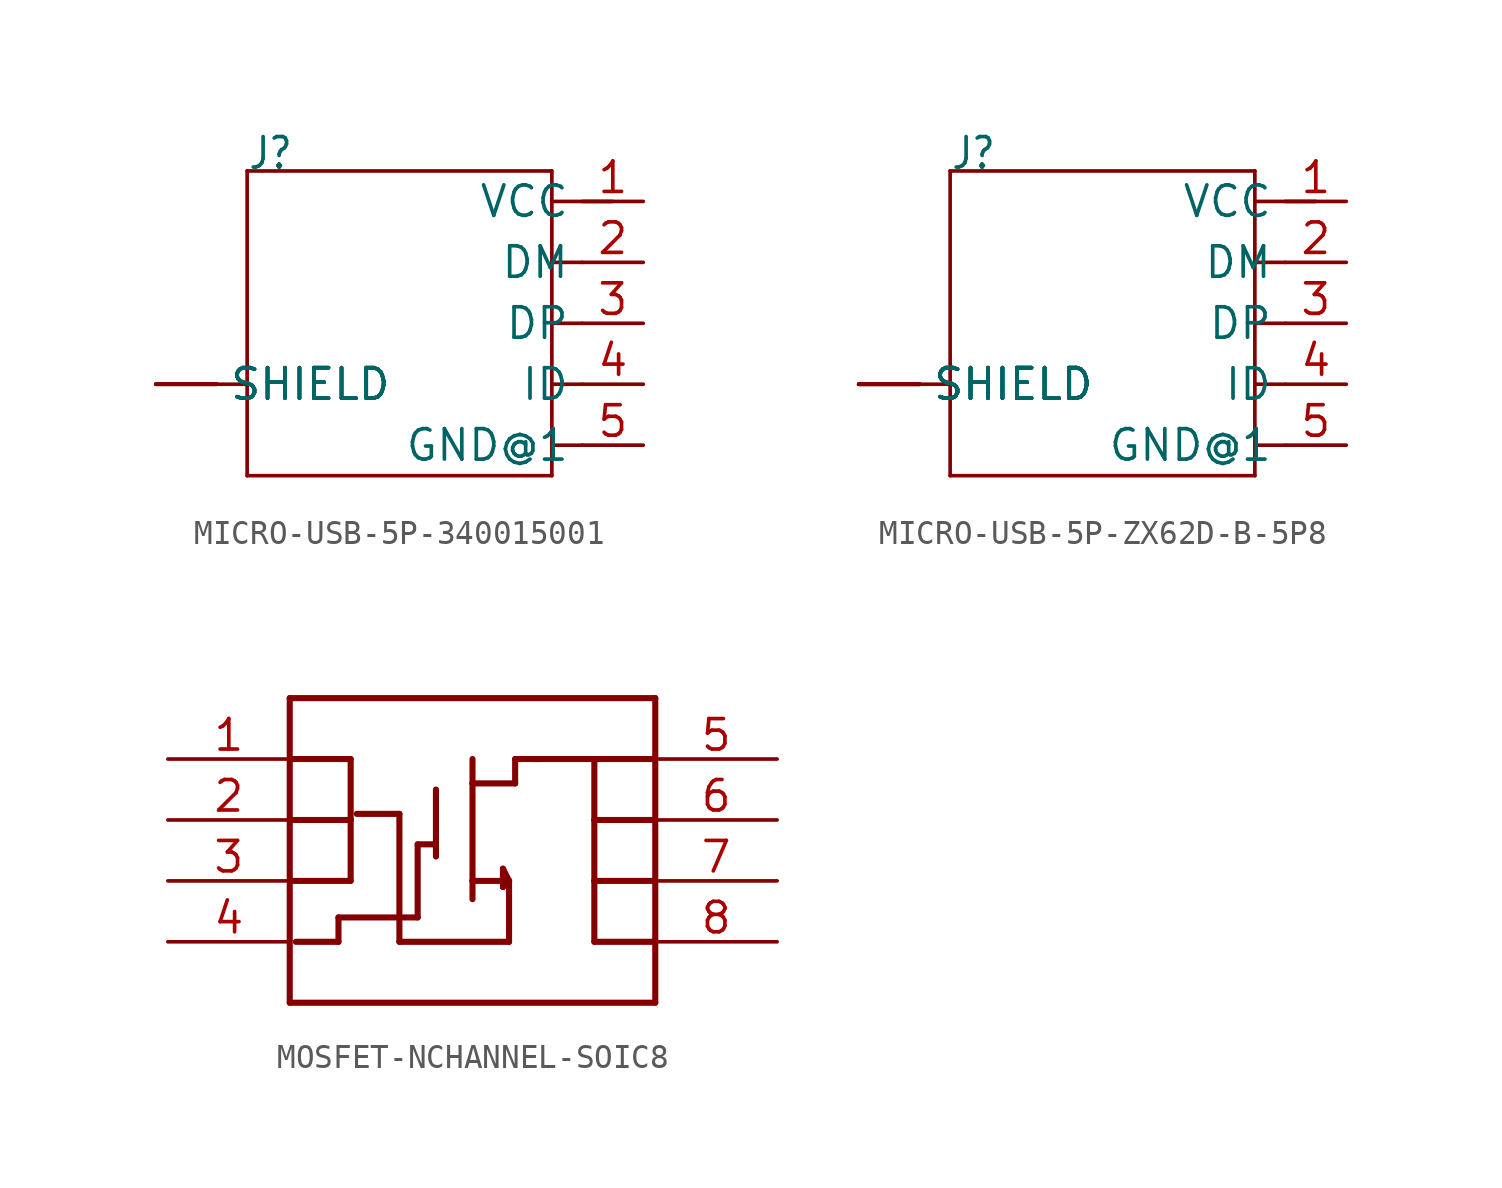
<source format=kicad_sym>
(kicad_symbol_lib
  (version 20220914)
  (generator kicad_symbol_editor)
  (symbol "MICRO-USB-5P-340015001"
    (property "Reference" "J"
      (at -6.35 6.35 0)
      (effects (font (size 1.27 1.079)) (justify left bottom)))
    (property "Value" ""
      (at 0 6.35 0)
      (effects (font (size 1.27 1.079)) (justify left bottom)))
    (property "ki_locked" ""
      (at 0 0 0)
      (effects (font (size 1.27 1.27))))
    (symbol "MICRO-USB-5P-340015001_1_0"
      (polyline (pts (xy -7.62 -2.54) (xy -6.35 -2.54)) (stroke (width 0.152) (type solid)) (fill (type none)))
      (polyline (pts (xy -6.35 -6.35) (xy 6.35 -6.35)) (stroke (width 0.152) (type solid)) (fill (type none)))
      (polyline (pts (xy -6.35 -2.54) (xy -6.35 -6.35)) (stroke (width 0.152) (type solid)) (fill (type none)))
      (polyline (pts (xy -6.35 6.35) (xy -6.35 -2.54)) (stroke (width 0.152) (type solid)) (fill (type none)))
      (polyline (pts (xy 6.35 -6.35) (xy 6.35 -5.08)) (stroke (width 0.152) (type solid)) (fill (type none)))
      (polyline (pts (xy 6.35 -5.08) (xy 6.35 -2.54)) (stroke (width 0.152) (type solid)) (fill (type none)))
      (polyline (pts (xy 6.35 -5.08) (xy 7.62 -5.08)) (stroke (width 0.152) (type solid)) (fill (type none)))
      (polyline (pts (xy 6.35 -2.54) (xy 6.35 0)) (stroke (width 0.152) (type solid)) (fill (type none)))
      (polyline (pts (xy 6.35 -2.54) (xy 7.62 -2.54)) (stroke (width 0.152) (type solid)) (fill (type none)))
      (polyline (pts (xy 6.35 0) (xy 6.35 2.54)) (stroke (width 0.152) (type solid)) (fill (type none)))
      (polyline (pts (xy 6.35 0) (xy 7.62 0)) (stroke (width 0.152) (type solid)) (fill (type none)))
      (polyline (pts (xy 6.35 2.54) (xy 6.35 5.08)) (stroke (width 0.152) (type solid)) (fill (type none)))
      (polyline (pts (xy 6.35 2.54) (xy 7.62 2.54)) (stroke (width 0.152) (type solid)) (fill (type none)))
      (polyline (pts (xy 6.35 5.08) (xy 6.35 6.35)) (stroke (width 0.152) (type solid)) (fill (type none)))
      (polyline (pts (xy 6.35 5.08) (xy 8.89 5.08)) (stroke (width 0.152) (type solid)) (fill (type none)))
      (polyline (pts (xy 6.35 6.35) (xy -6.35 6.35)) (stroke (width 0.152) (type solid)) (fill (type none)))
      (pin bidirectional line (at 10.16 5.08 180) (length 2.54) (name "VCC" (effects (font (size 1.27 1.27)))) (number "1" (effects (font (size 1.27 1.27)))))
      (pin bidirectional line (at 10.16 2.54 180) (length 2.54) (name "DM" (effects (font (size 1.27 1.27)))) (number "2" (effects (font (size 1.27 1.27)))))
      (pin bidirectional line (at 10.16 0 180) (length 2.54) (name "DP" (effects (font (size 1.27 1.27)))) (number "3" (effects (font (size 1.27 1.27)))))
      (pin bidirectional line (at 10.16 -2.54 180) (length 2.54) (name "ID" (effects (font (size 1.27 1.27)))) (number "4" (effects (font (size 1.27 1.27)))))
      (pin bidirectional line (at 10.16 -5.08 180) (length 2.54) (name "GND@1" (effects (font (size 1.27 1.27)))) (number "5" (effects (font (size 1.27 1.27)))))
      (pin bidirectional line (at -10.16 -2.54 0) (length 2.54) (name "SHIELD" (effects (font (size 1.27 1.27)))) (number "E1" (effects (font (size 0 0)))))
      (pin bidirectional line (at -10.16 -2.54 0) (length 2.54) (name "SHIELD" (effects (font (size 1.27 1.27)))) (number "E2" (effects (font (size 0 0)))))
      (pin bidirectional line (at -10.16 -2.54 0) (length 2.54) (name "SHIELD" (effects (font (size 1.27 1.27)))) (number "P1" (effects (font (size 0 0)))))
      (pin bidirectional line (at -10.16 -2.54 0) (length 2.54) (name "SHIELD" (effects (font (size 1.27 1.27)))) (number "P2" (effects (font (size 0 0)))))))
  (symbol "MICRO-USB-5P-ZX62D-B-5P8"
    (property "Reference" "J"
      (at -6.35 6.35 0)
      (effects (font (size 1.27 1.079)) (justify left bottom)))
    (property "Value" ""
      (at 0 6.35 0)
      (effects (font (size 1.27 1.079)) (justify left bottom)))
    (property "ki_locked" ""
      (at 0 0 0)
      (effects (font (size 1.27 1.27))))
    (symbol "MICRO-USB-5P-ZX62D-B-5P8_1_0"
      (polyline (pts (xy -7.62 -2.54) (xy -6.35 -2.54)) (stroke (width 0.152) (type solid)) (fill (type none)))
      (polyline (pts (xy -6.35 -6.35) (xy 6.35 -6.35)) (stroke (width 0.152) (type solid)) (fill (type none)))
      (polyline (pts (xy -6.35 -2.54) (xy -6.35 -6.35)) (stroke (width 0.152) (type solid)) (fill (type none)))
      (polyline (pts (xy -6.35 6.35) (xy -6.35 -2.54)) (stroke (width 0.152) (type solid)) (fill (type none)))
      (polyline (pts (xy 6.35 -6.35) (xy 6.35 -5.08)) (stroke (width 0.152) (type solid)) (fill (type none)))
      (polyline (pts (xy 6.35 -5.08) (xy 6.35 -2.54)) (stroke (width 0.152) (type solid)) (fill (type none)))
      (polyline (pts (xy 6.35 -5.08) (xy 7.62 -5.08)) (stroke (width 0.152) (type solid)) (fill (type none)))
      (polyline (pts (xy 6.35 -2.54) (xy 6.35 0)) (stroke (width 0.152) (type solid)) (fill (type none)))
      (polyline (pts (xy 6.35 -2.54) (xy 7.62 -2.54)) (stroke (width 0.152) (type solid)) (fill (type none)))
      (polyline (pts (xy 6.35 0) (xy 6.35 2.54)) (stroke (width 0.152) (type solid)) (fill (type none)))
      (polyline (pts (xy 6.35 0) (xy 7.62 0)) (stroke (width 0.152) (type solid)) (fill (type none)))
      (polyline (pts (xy 6.35 2.54) (xy 6.35 5.08)) (stroke (width 0.152) (type solid)) (fill (type none)))
      (polyline (pts (xy 6.35 2.54) (xy 7.62 2.54)) (stroke (width 0.152) (type solid)) (fill (type none)))
      (polyline (pts (xy 6.35 5.08) (xy 6.35 6.35)) (stroke (width 0.152) (type solid)) (fill (type none)))
      (polyline (pts (xy 6.35 5.08) (xy 8.89 5.08)) (stroke (width 0.152) (type solid)) (fill (type none)))
      (polyline (pts (xy 6.35 6.35) (xy -6.35 6.35)) (stroke (width 0.152) (type solid)) (fill (type none)))
      (pin bidirectional line (at 10.16 5.08 180) (length 2.54) (name "VCC" (effects (font (size 1.27 1.27)))) (number "1" (effects (font (size 1.27 1.27)))))
      (pin bidirectional line (at 10.16 2.54 180) (length 2.54) (name "DM" (effects (font (size 1.27 1.27)))) (number "2" (effects (font (size 1.27 1.27)))))
      (pin bidirectional line (at 10.16 0 180) (length 2.54) (name "DP" (effects (font (size 1.27 1.27)))) (number "3" (effects (font (size 1.27 1.27)))))
      (pin bidirectional line (at 10.16 -2.54 180) (length 2.54) (name "ID" (effects (font (size 1.27 1.27)))) (number "4" (effects (font (size 1.27 1.27)))))
      (pin bidirectional line (at 10.16 -5.08 180) (length 2.54) (name "GND@1" (effects (font (size 1.27 1.27)))) (number "5" (effects (font (size 1.27 1.27)))))
      (pin bidirectional line (at -10.16 -2.54 0) (length 2.54) (name "SHIELD" (effects (font (size 1.27 1.27)))) (number "E1" (effects (font (size 0 0)))))
      (pin bidirectional line (at -10.16 -2.54 0) (length 2.54) (name "SHIELD" (effects (font (size 1.27 1.27)))) (number "E2" (effects (font (size 0 0)))))
      (pin bidirectional line (at -10.16 -2.54 0) (length 2.54) (name "SHIELD" (effects (font (size 1.27 1.27)))) (number "P$1" (effects (font (size 0 0)))))
      (pin bidirectional line (at -10.16 -2.54 0) (length 2.54) (name "SHIELD" (effects (font (size 1.27 1.27)))) (number "P$2" (effects (font (size 0 0)))))
      (pin bidirectional line (at -10.16 -2.54 0) (length 2.54) (name "SHIELD" (effects (font (size 1.27 1.27)))) (number "P$3" (effects (font (size 0 0)))))
      (pin bidirectional line (at -10.16 -2.54 0) (length 2.54) (name "SHIELD" (effects (font (size 1.27 1.27)))) (number "P$4" (effects (font (size 0 0)))))))
  (symbol "MOSFET-NCHANNEL-SOIC8"
    (property "Reference" ""
      (at -7.62 5.842 0)
      (effects (font (size 1.778 1.511)) (justify left bottom) hide))
    (property "ki_locked" ""
      (at 0 0 0)
      (effects (font (size 1.27 1.27))))
    (symbol "MOSFET-NCHANNEL-SOIC8_1_0"
      (polyline (pts (xy -7.62 -7.62) (xy 7.62 -7.62)) (stroke (width 0.254) (type solid)) (fill (type none)))
      (polyline (pts (xy -7.62 -2.54) (xy -7.62 -7.62)) (stroke (width 0.254) (type solid)) (fill (type none)))
      (polyline (pts (xy -7.62 0) (xy -7.62 -2.54)) (stroke (width 0.254) (type solid)) (fill (type none)))
      (polyline (pts (xy -7.62 0) (xy -5.08 0)) (stroke (width 0.254) (type solid)) (fill (type none)))
      (polyline (pts (xy -7.62 2.54) (xy -7.62 0)) (stroke (width 0.254) (type solid)) (fill (type none)))
      (polyline (pts (xy -7.62 2.54) (xy -5.08 2.54)) (stroke (width 0.254) (type solid)) (fill (type none)))
      (polyline (pts (xy -7.62 5.08) (xy -7.62 2.54)) (stroke (width 0.254) (type solid)) (fill (type none)))
      (polyline (pts (xy -5.588 -5.08) (xy -7.366 -5.08)) (stroke (width 0.254) (type solid)) (fill (type none)))
      (polyline (pts (xy -5.588 -4.064) (xy -5.588 -5.08)) (stroke (width 0.254) (type solid)) (fill (type none)))
      (polyline (pts (xy -5.08 -2.54) (xy -7.62 -2.54)) (stroke (width 0.254) (type solid)) (fill (type none)))
      (polyline (pts (xy -5.08 0) (xy -5.08 -2.54)) (stroke (width 0.254) (type solid)) (fill (type none)))
      (polyline (pts (xy -5.08 2.54) (xy -5.08 0)) (stroke (width 0.254) (type solid)) (fill (type none)))
      (polyline (pts (xy -3.048 -5.08) (xy -3.048 0.254)) (stroke (width 0.254) (type solid)) (fill (type none)))
      (polyline (pts (xy -3.048 0.254) (xy -4.826 0.254)) (stroke (width 0.254) (type solid)) (fill (type none)))
      (polyline (pts (xy -2.286 -4.064) (xy -5.588 -4.064)) (stroke (width 0.254) (type solid)) (fill (type none)))
      (polyline (pts (xy -2.286 -1.016) (xy -2.286 -4.064)) (stroke (width 0.254) (type solid)) (fill (type none)))
      (polyline (pts (xy -1.524 -1.016) (xy -2.286 -1.016)) (stroke (width 0.254) (type solid)) (fill (type none)))
      (polyline (pts (xy -1.524 -1.016) (xy -1.524 -1.524)) (stroke (width 0.254) (type solid)) (fill (type none)))
      (polyline (pts (xy -1.524 1.27) (xy -1.524 -1.016)) (stroke (width 0.254) (type solid)) (fill (type none)))
      (polyline (pts (xy 0 -2.54) (xy 0 -3.302)) (stroke (width 0.254) (type solid)) (fill (type none)))
      (polyline (pts (xy 0 -2.54) (xy 1.524 -2.54)) (stroke (width 0.254) (type solid)) (fill (type none)))
      (polyline (pts (xy 0 1.524) (xy 0 -2.54)) (stroke (width 0.254) (type solid)) (fill (type none)))
      (polyline (pts (xy 0 1.524) (xy 1.778 1.524)) (stroke (width 0.254) (type solid)) (fill (type none)))
      (polyline (pts (xy 0 2.54) (xy 0 1.524)) (stroke (width 0.254) (type solid)) (fill (type none)))
      (polyline (pts (xy 1.27 -2.794) (xy 1.524 -2.54)) (stroke (width 0.254) (type solid)) (fill (type none)))
      (polyline (pts (xy 1.27 -2.032) (xy 1.27 -2.794)) (stroke (width 0.254) (type solid)) (fill (type none)))
      (polyline (pts (xy 1.524 -5.08) (xy -3.048 -5.08)) (stroke (width 0.254) (type solid)) (fill (type none)))
      (polyline (pts (xy 1.524 -2.54) (xy 1.27 -2.032)) (stroke (width 0.254) (type solid)) (fill (type none)))
      (polyline (pts (xy 1.524 -2.54) (xy 1.524 -5.08)) (stroke (width 0.254) (type solid)) (fill (type none)))
      (polyline (pts (xy 1.778 1.524) (xy 1.778 2.54)) (stroke (width 0.254) (type solid)) (fill (type none)))
      (polyline (pts (xy 2.54 2.54) (xy 2.794 2.54)) (stroke (width 0.254) (type solid)) (fill (type none)))
      (polyline (pts (xy 2.794 2.54) (xy 1.778 2.54)) (stroke (width 0.254) (type solid)) (fill (type none)))
      (polyline (pts (xy 2.794 2.54) (xy 5.08 2.54)) (stroke (width 0.254) (type solid)) (fill (type none)))
      (polyline (pts (xy 5.08 -5.08) (xy 7.62 -5.08)) (stroke (width 0.254) (type solid)) (fill (type none)))
      (polyline (pts (xy 5.08 -2.54) (xy 5.08 -5.08)) (stroke (width 0.254) (type solid)) (fill (type none)))
      (polyline (pts (xy 5.08 0) (xy 5.08 -2.54)) (stroke (width 0.254) (type solid)) (fill (type none)))
      (polyline (pts (xy 5.08 2.54) (xy 5.08 0)) (stroke (width 0.254) (type solid)) (fill (type none)))
      (polyline (pts (xy 7.62 -7.62) (xy 7.62 -5.08)) (stroke (width 0.254) (type solid)) (fill (type none)))
      (polyline (pts (xy 7.62 -5.08) (xy 7.62 -2.54)) (stroke (width 0.254) (type solid)) (fill (type none)))
      (polyline (pts (xy 7.62 -2.54) (xy 5.08 -2.54)) (stroke (width 0.254) (type solid)) (fill (type none)))
      (polyline (pts (xy 7.62 -2.54) (xy 7.62 0)) (stroke (width 0.254) (type solid)) (fill (type none)))
      (polyline (pts (xy 7.62 0) (xy 5.08 0)) (stroke (width 0.254) (type solid)) (fill (type none)))
      (polyline (pts (xy 7.62 0) (xy 7.62 2.54)) (stroke (width 0.254) (type solid)) (fill (type none)))
      (polyline (pts (xy 7.62 2.54) (xy 5.08 2.54)) (stroke (width 0.254) (type solid)) (fill (type none)))
      (polyline (pts (xy 7.62 2.54) (xy 7.62 5.08)) (stroke (width 0.254) (type solid)) (fill (type none)))
      (polyline (pts (xy 7.62 5.08) (xy -7.62 5.08)) (stroke (width 0.254) (type solid)) (fill (type none)))
      (pin bidirectional line (at -12.7 2.54 0) (length 5.08) (name "S@1" (effects (font (size 0 0)))) (number "1" (effects (font (size 1.27 1.27)))))
      (pin bidirectional line (at -12.7 0 0) (length 5.08) (name "S@2" (effects (font (size 0 0)))) (number "2" (effects (font (size 1.27 1.27)))))
      (pin bidirectional line (at -12.7 -2.54 0) (length 5.08) (name "S@3" (effects (font (size 0 0)))) (number "3" (effects (font (size 1.27 1.27)))))
      (pin bidirectional line (at -12.7 -5.08 0) (length 5.08) (name "G" (effects (font (size 0 0)))) (number "4" (effects (font (size 1.27 1.27)))))
      (pin bidirectional line (at 12.7 2.54 180) (length 5.08) (name "D@4" (effects (font (size 0 0)))) (number "5" (effects (font (size 1.27 1.27)))))
      (pin bidirectional line (at 12.7 0 180) (length 5.08) (name "D@3" (effects (font (size 0 0)))) (number "6" (effects (font (size 1.27 1.27)))))
      (pin bidirectional line (at 12.7 -2.54 180) (length 5.08) (name "D@2" (effects (font (size 0 0)))) (number "7" (effects (font (size 1.27 1.27)))))
      (pin bidirectional line (at 12.7 -5.08 180) (length 5.08) (name "D@1" (effects (font (size 0 0)))) (number "8" (effects (font (size 1.27 1.27))))))))
</source>
